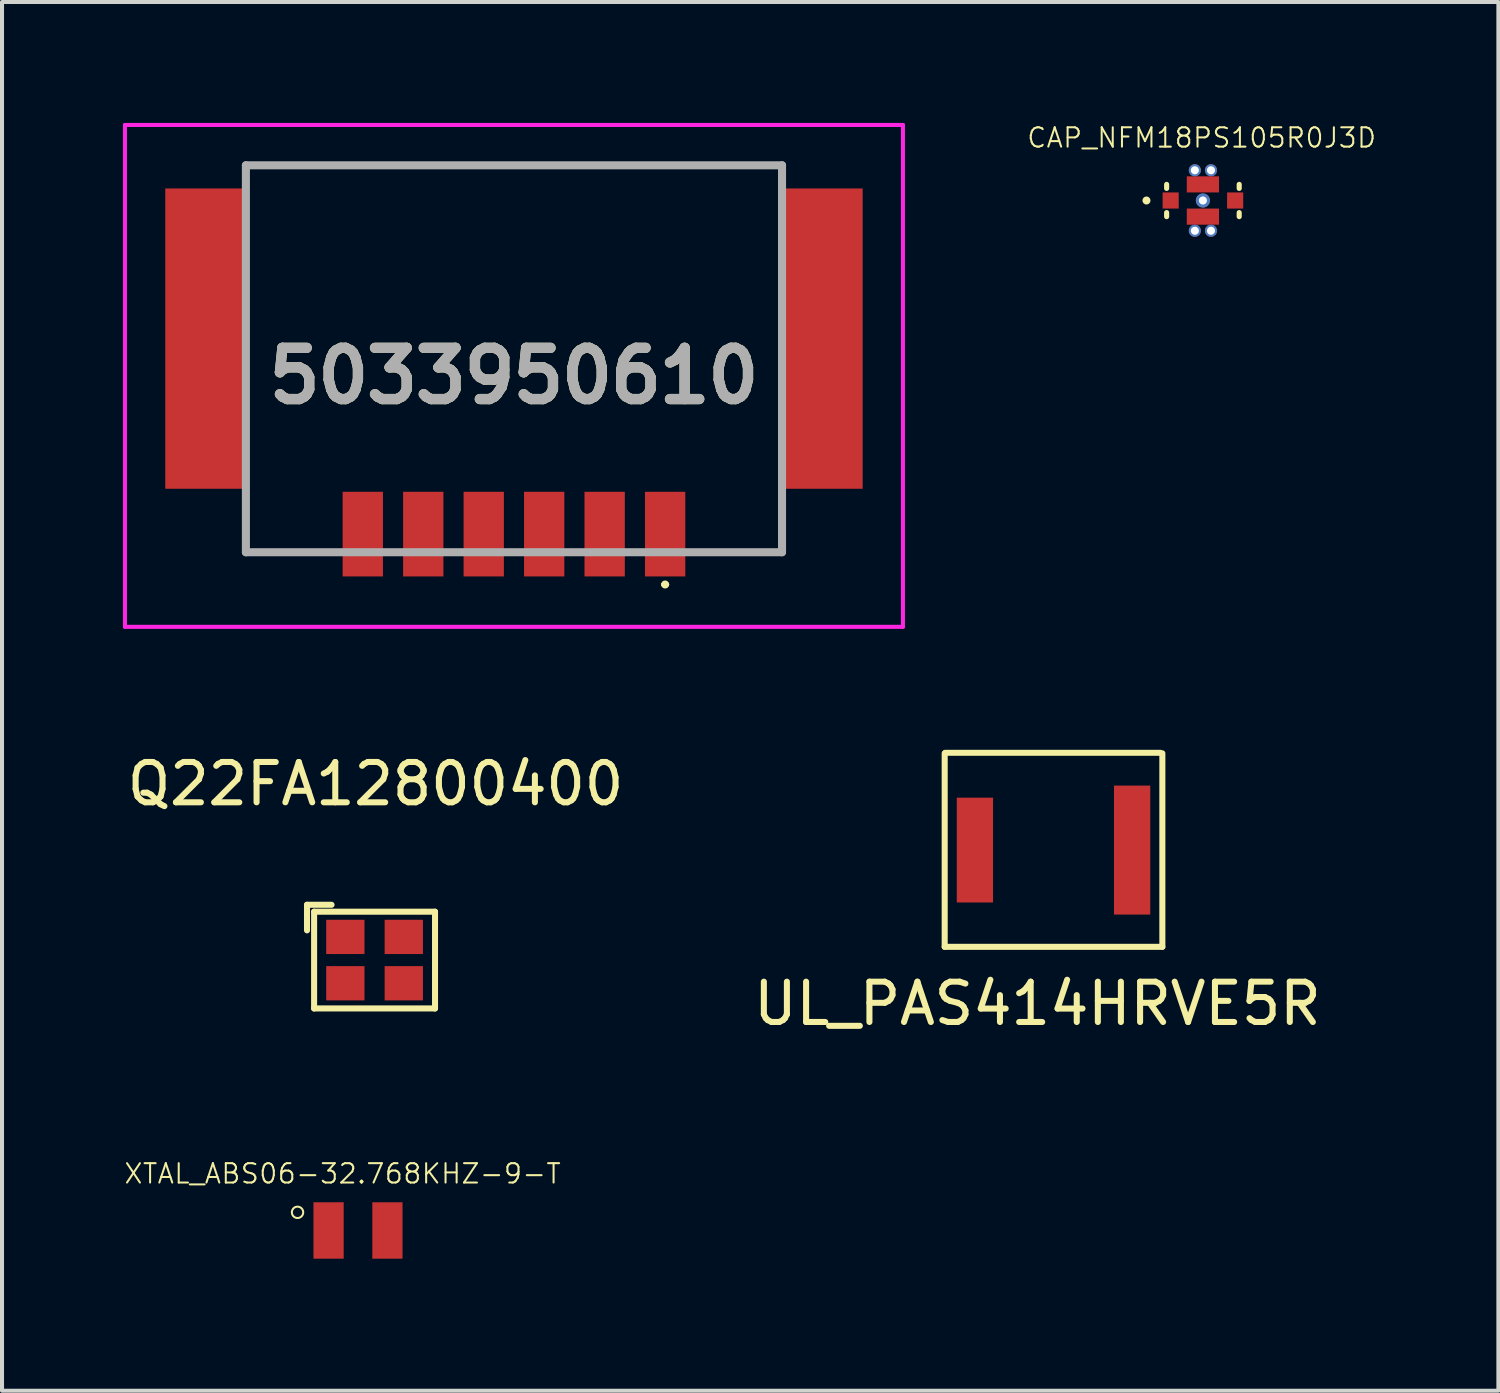
<source format=kicad_pcb>
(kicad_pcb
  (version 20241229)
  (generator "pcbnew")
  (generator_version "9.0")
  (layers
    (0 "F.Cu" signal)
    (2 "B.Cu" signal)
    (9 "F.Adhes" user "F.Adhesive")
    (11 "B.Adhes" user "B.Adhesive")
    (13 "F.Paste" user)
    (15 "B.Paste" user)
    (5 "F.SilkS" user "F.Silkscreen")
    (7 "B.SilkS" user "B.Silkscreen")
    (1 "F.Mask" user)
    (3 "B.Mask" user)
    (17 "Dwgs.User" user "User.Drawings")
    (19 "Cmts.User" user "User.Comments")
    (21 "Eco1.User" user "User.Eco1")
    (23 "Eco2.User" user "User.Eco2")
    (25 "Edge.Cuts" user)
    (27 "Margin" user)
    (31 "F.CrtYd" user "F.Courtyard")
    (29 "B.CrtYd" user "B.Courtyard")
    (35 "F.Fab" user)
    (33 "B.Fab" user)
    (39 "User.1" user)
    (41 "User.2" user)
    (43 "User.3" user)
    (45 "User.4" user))
  (footprint "Q22FA12800400"
    (layer "F.Cu")
    (at 6.242 20.767)
    (property "Reference" "Q22FA12800400" (at 0.025 -4.369 0) (layer "F.SilkS") (effects (font (size 1 1) (thickness 0.15))))
    (attr through_hole)
    (fp_line (start -1.676 -1.372) (end -1.067 -1.372) (stroke (width 0.15) (type solid)) (layer "F.SilkS"))
    (fp_line (start -1.676 -1.346) (end -1.676 -1.372) (stroke (width 0.15) (type solid)) (layer "F.SilkS"))
    (fp_line (start -1.676 -0.737) (end -1.676 -1.321) (stroke (width 0.15) (type solid)) (layer "F.SilkS"))
    (fp_line (start -1.5 -1.2) (end -1.5 1.2) (stroke (width 0.15) (type solid)) (layer "F.SilkS"))
    (fp_line (start -1.5 1.2) (end 1.5 1.2) (stroke (width 0.15) (type solid)) (layer "F.SilkS"))
    (fp_line (start 1.5 -1.2) (end -1.5 -1.2) (stroke (width 0.15) (type solid)) (layer "F.SilkS"))
    (fp_line (start 1.5 -1.2) (end 1.5 1.2) (stroke (width 0.15) (type solid)) (layer "F.SilkS"))
    (pad "1" smd rect (at -0.725 -0.575) (size 0.95 0.85) (layers "F.Cu" "F.Mask" "F.Paste"))
    (pad "2" smd rect (at 0.725 -0.575) (size 0.95 0.85) (layers "F.Cu" "F.Mask" "F.Paste"))
    (pad "3" smd rect (at 0.725 0.575) (size 0.95 0.85) (layers "F.Cu" "F.Mask" "F.Paste"))
    (pad "4" smd rect (at -0.725 0.575) (size 0.95 0.85) (layers "F.Cu" "F.Mask" "F.Paste")))
  (footprint "CAP_NFM18PS105R0J3D"
    (layer "F.Cu")
    (at 26.791 1.924)
    (property "Reference" "CAP_NFM18PS105R0J3D" (at -0.031 -1.556 0) (layer "F.SilkS") (effects (font (size 0.48 0.48) (thickness 0.05))))
    (attr through_hole)
    (fp_poly (pts (xy -1.202 -0.2) (xy -0.6 -0.2) (xy -0.6 0.2) (xy -1.202 0.2)) (stroke (width 0) (type solid)) (fill yes) (layer "F.Mask"))
    (fp_poly (pts (xy -0.801 -0.6) (xy 0.8 -0.6) (xy 0.8 0.601) (xy -0.801 0.601)) (stroke (width 0) (type solid)) (fill yes) (layer "F.Mask"))
    (fp_poly (pts (xy -0.401 -0.9) (xy 0.4 -0.9) (xy 0.4 -0.601) (xy -0.401 -0.601)) (stroke (width 0) (type solid)) (fill yes) (layer "F.Mask"))
    (fp_poly (pts (xy -0.401 0.6) (xy 0.4 0.6) (xy 0.4 0.901) (xy -0.401 0.901)) (stroke (width 0) (type solid)) (fill yes) (layer "F.Mask"))
    (fp_poly (pts (xy 0.601 -0.2) (xy 1.2 -0.2) (xy 1.2 0.2) (xy 0.601 0.2)) (stroke (width 0) (type solid)) (fill yes) (layer "F.Mask"))
    (fp_line (start -0.9 -0.4) (end -0.9 -0.3) (stroke (width 0.127) (type solid)) (layer "F.SilkS"))
    (fp_line (start -0.9 0.3) (end -0.9 0.4) (stroke (width 0.127) (type solid)) (layer "F.SilkS"))
    (fp_line (start 0.9 -0.4) (end 0.9 -0.3) (stroke (width 0.127) (type solid)) (layer "F.SilkS"))
    (fp_line (start 0.9 0.3) (end 0.9 0.4) (stroke (width 0.127) (type solid)) (layer "F.SilkS"))
    (fp_circle (center -1.4 0) (end -1.35 0) (stroke (width 0.1) (type solid)) (fill no) (layer "F.SilkS"))
    (fp_line (start -1.25 -0.65) (end -1.25 0.65) (stroke (width 0.05) (type solid)) (layer "Eco1.User"))
    (fp_line (start -1.25 0.65) (end -0.6 0.65) (stroke (width 0.05) (type solid)) (layer "Eco1.User"))
    (fp_line (start -0.6 -1.15) (end -0.6 -0.65) (stroke (width 0.05) (type solid)) (layer "Eco1.User"))
    (fp_line (start -0.6 -0.65) (end -1.25 -0.65) (stroke (width 0.05) (type solid)) (layer "Eco1.User"))
    (fp_line (start -0.6 0.65) (end -0.6 1.15) (stroke (width 0.05) (type solid)) (layer "Eco1.User"))
    (fp_line (start -0.6 1.15) (end 0.6 1.15) (stroke (width 0.05) (type solid)) (layer "Eco1.User"))
    (fp_line (start 0.6 -1.15) (end -0.6 -1.15) (stroke (width 0.05) (type solid)) (layer "Eco1.User"))
    (fp_line (start 0.6 -0.65) (end 0.6 -1.15) (stroke (width 0.05) (type solid)) (layer "Eco1.User"))
    (fp_line (start 0.6 0.65) (end 1.25 0.65) (stroke (width 0.05) (type solid)) (layer "Eco1.User"))
    (fp_line (start 0.6 1.15) (end 0.6 0.65) (stroke (width 0.05) (type solid)) (layer "Eco1.User"))
    (fp_line (start 1.25 -0.65) (end 0.6 -0.65) (stroke (width 0.05) (type solid)) (layer "Eco1.User"))
    (fp_line (start 1.25 0.65) (end 1.25 -0.65) (stroke (width 0.05) (type solid)) (layer "Eco1.User"))
    (fp_line (start -0.8 -0.4) (end 0.8 -0.4) (stroke (width 0.127) (type solid)) (layer "Eco2.User"))
    (fp_line (start -0.8 0.4) (end -0.8 -0.4) (stroke (width 0.127) (type solid)) (layer "Eco2.User"))
    (fp_line (start 0.8 -0.4) (end 0.8 0.4) (stroke (width 0.127) (type solid)) (layer "Eco2.User"))
    (fp_line (start 0.8 0.4) (end -0.8 0.4) (stroke (width 0.127) (type solid)) (layer "Eco2.User"))
    (fp_circle (center -1.4 0) (end -1.35 0) (stroke (width 0.1) (type solid)) (fill no) (layer "Eco2.User"))
    (fp_poly (pts (xy -0.2 -0.3) (xy 0.2 -0.3) (xy 0.2 0.3) (xy -0.2 0.3)) (stroke (width 0.1) (type solid)) (fill no) (layer "Eco2.User"))
    (pad "1" smd rect (at -0.8 0) (size 0.4 0.4) (layers "F.Cu" "F.Mask" "F.Paste"))
    (pad "2" smd rect (at 0 -0.4) (size 0.8 0.4) (layers "F.Cu" "F.Mask" "F.Paste"))
    (pad "2.1" smd rect (at 0 0.4) (size 0.8 0.4) (layers "F.Cu" "F.Mask" "F.Paste"))
    (pad "2.2" thru_hole circle (at 0 0) (size 0.35 0.35) (drill 0.2) (layers "*.Cu" "*.Mask"))
    (pad "2.3" thru_hole circle (at -0.2 -0.75) (size 0.3 0.3) (drill 0.2) (layers "*.Cu" "*.Mask"))
    (pad "2.4" thru_hole circle (at 0.2 -0.75) (size 0.3 0.3) (drill 0.2) (layers "*.Cu" "*.Mask"))
    (pad "2.5" thru_hole circle (at -0.2 0.75) (size 0.3 0.3) (drill 0.2) (layers "*.Cu" "*.Mask"))
    (pad "2.6" thru_hole circle (at 0.2 0.75) (size 0.3 0.3) (drill 0.2) (layers "*.Cu" "*.Mask"))
    (pad "3" smd rect (at 0.8 0) (size 0.4 0.4) (layers "F.Cu" "F.Mask" "F.Paste")))
  (footprint "XTAL_ABS06-32.768KHZ-9-T"
    (layer "F.Cu")
    (at 5.831 27.475)
    (property "Reference" "XTAL_ABS06-32.768KHZ-9-T" (at -0.382 -1.409 0) (layer "F.SilkS") (effects (font (size 0.481 0.481) (thickness 0.05))))
    (attr smd)
    (fp_circle (center -1.5 -0.45) (end -1.359 -0.45) (stroke (width 0.05) (type solid)) (fill no) (layer "F.SilkS"))
    (fp_line (start -1.35 -0.95) (end 1.35 -0.95) (stroke (width 0.05) (type solid)) (layer "Eco1.User"))
    (fp_line (start -1.35 0.95) (end -1.35 -0.95) (stroke (width 0.05) (type solid)) (layer "Eco1.User"))
    (fp_line (start 1.35 -0.95) (end 1.35 0.95) (stroke (width 0.05) (type solid)) (layer "Eco1.User"))
    (fp_line (start 1.35 0.95) (end -1.35 0.95) (stroke (width 0.05) (type solid)) (layer "Eco1.User"))
    (fp_line (start -1 -0.6) (end -0.2 -0.6) (stroke (width 0.127) (type solid)) (layer "Eco2.User"))
    (fp_line (start -1 0.6) (end -1 -0.6) (stroke (width 0.127) (type solid)) (layer "Eco2.User"))
    (fp_line (start -0.2 0.6) (end -1 0.6) (stroke (width 0.127) (type solid)) (layer "Eco2.User"))
    (fp_line (start 0.2 -0.6) (end 1 -0.6) (stroke (width 0.127) (type solid)) (layer "Eco2.User"))
    (fp_line (start 1 -0.6) (end 1 0.6) (stroke (width 0.127) (type solid)) (layer "Eco2.User"))
    (fp_line (start 1 0.6) (end 0.2 0.6) (stroke (width 0.127) (type solid)) (layer "Eco2.User"))
    (pad "1" smd rect (at -0.73 0) (size 0.75 1.4) (layers "F.Cu" "F.Mask" "F.Paste"))
    (pad "2" smd rect (at 0.73 0) (size 0.75 1.4) (layers "F.Cu" "F.Mask" "F.Paste")))
  (footprint "UL_PAS414HRVE5R"
    (layer "F.Cu")
    (at 22.685 18.038)
    (property "Reference" "UL_PAS414HRVE5R" (at 0 3.81 0) (layer "F.SilkS") (effects (font (size 1 1) (thickness 0.15))))
    (attr through_hole)
    (fp_line (start -2.3 2.4) (end -2.3 -2.4) (stroke (width 0.15) (type solid)) (layer "F.SilkS"))
    (fp_line (start -2.3 2.4) (end 3.1 2.4) (stroke (width 0.15) (type solid)) (layer "F.SilkS"))
    (fp_line (start -2.286 -2.413) (end 3.048 -2.413) (stroke (width 0.15) (type solid)) (layer "F.SilkS"))
    (fp_line (start 3.1 -2.4) (end 3.1 2.4) (stroke (width 0.15) (type solid)) (layer "F.SilkS"))
    (pad "1" smd rect (at 2.35 0) (size 0.9 3.2) (layers "F.Cu" "F.Mask" "F.Paste"))
    (pad "2" smd rect (at -1.55 0) (size 0.9 2.6) (layers "F.Cu" "F.Mask" "F.Paste")))
  (footprint "5033950610"
    (layer "F.Cu")
    (at 9.7 1.05)
    (property "Reference" "5033950610" (at 0 5.225 0) (layer "F.SilkS") (effects (font (size 1.27 1.27) (thickness 0.254))))
    (attr smd)
    (fp_line (start -6.65 0) (end 6.65 0) (stroke (width 0.1) (type solid)) (layer "F.SilkS"))
    (fp_line (start -6.65 8.5) (end -6.65 9.6) (stroke (width 0.1) (type solid)) (layer "F.SilkS"))
    (fp_line (start -6.65 9.6) (end -4.5 9.6) (stroke (width 0.1) (type solid)) (layer "F.SilkS"))
    (fp_line (start -4.5 9.6) (end -4.5 9.6) (stroke (width 0.1) (type solid)) (layer "F.SilkS"))
    (fp_line (start 3.7 10.4) (end 3.7 10.4) (stroke (width 0.1) (type solid)) (layer "F.SilkS"))
    (fp_line (start 3.8 10.4) (end 3.8 10.4) (stroke (width 0.1) (type solid)) (layer "F.SilkS"))
    (fp_line (start 6.65 8.5) (end 6.65 9.6) (stroke (width 0.1) (type solid)) (layer "F.SilkS"))
    (fp_line (start 6.65 9.6) (end 4.5 9.6) (stroke (width 0.1) (type solid)) (layer "F.SilkS"))
    (fp_arc (start 3.7 10.4) (mid 3.75 10.35) (end 3.8 10.4) (stroke (width 0.1) (type solid)) (layer "F.SilkS"))
    (fp_arc (start 3.8 10.4) (mid 3.75 10.45) (end 3.7 10.4) (stroke (width 0.1) (type solid)) (layer "F.SilkS"))
    (fp_line (start -9.65 -1) (end 9.65 -1) (stroke (width 0.1) (type solid)) (layer "F.CrtYd"))
    (fp_line (start -9.65 11.45) (end -9.65 -1) (stroke (width 0.1) (type solid)) (layer "F.CrtYd"))
    (fp_line (start 9.65 -1) (end 9.65 11.45) (stroke (width 0.1) (type solid)) (layer "F.CrtYd"))
    (fp_line (start 9.65 11.45) (end -9.65 11.45) (stroke (width 0.1) (type solid)) (layer "F.CrtYd"))
    (fp_line (start -6.65 0) (end 6.65 0) (stroke (width 0.2) (type solid)) (layer "F.Fab"))
    (fp_line (start -6.65 9.6) (end -6.65 0) (stroke (width 0.2) (type solid)) (layer "F.Fab"))
    (fp_line (start 6.65 0) (end 6.65 9.6) (stroke (width 0.2) (type solid)) (layer "F.Fab"))
    (fp_line (start 6.65 9.6) (end -6.65 9.6) (stroke (width 0.2) (type solid)) (layer "F.Fab"))
    (fp_text user "${REFERENCE}" (at 0 5.225 0) (layer "F.Fab") (effects (font (size 1.27 1.27) (thickness 0.254))))
    (pad "1" smd rect (at 3.75 9.15) (size 1 2.1) (layers "F.Cu" "F.Mask" "F.Paste"))
    (pad "2" smd rect (at 2.25 9.15) (size 1 2.1) (layers "F.Cu" "F.Mask" "F.Paste"))
    (pad "3" smd rect (at 0.75 9.15) (size 1 2.1) (layers "F.Cu" "F.Mask" "F.Paste"))
    (pad "4" smd rect (at -0.75 9.15) (size 1 2.1) (layers "F.Cu" "F.Mask" "F.Paste"))
    (pad "5" smd rect (at -2.25 9.15) (size 1 2.1) (layers "F.Cu" "F.Mask" "F.Paste"))
    (pad "6" smd rect (at -3.75 9.15) (size 1 2.1) (layers "F.Cu" "F.Mask" "F.Paste"))
    (pad "7" smd rect (at -7.65 4.3) (size 2 7.45) (layers "F.Cu" "F.Mask" "F.Paste"))
    (pad "8" smd rect (at 7.65 4.3) (size 2 7.45) (layers "F.Cu" "F.Mask" "F.Paste")))
  (gr_rect
    (start -3 -3)
    (end 34.121 31.45)
    (stroke (width 0.1) (type default))
    (fill no)
    (layer "Edge.Cuts")))
</source>
